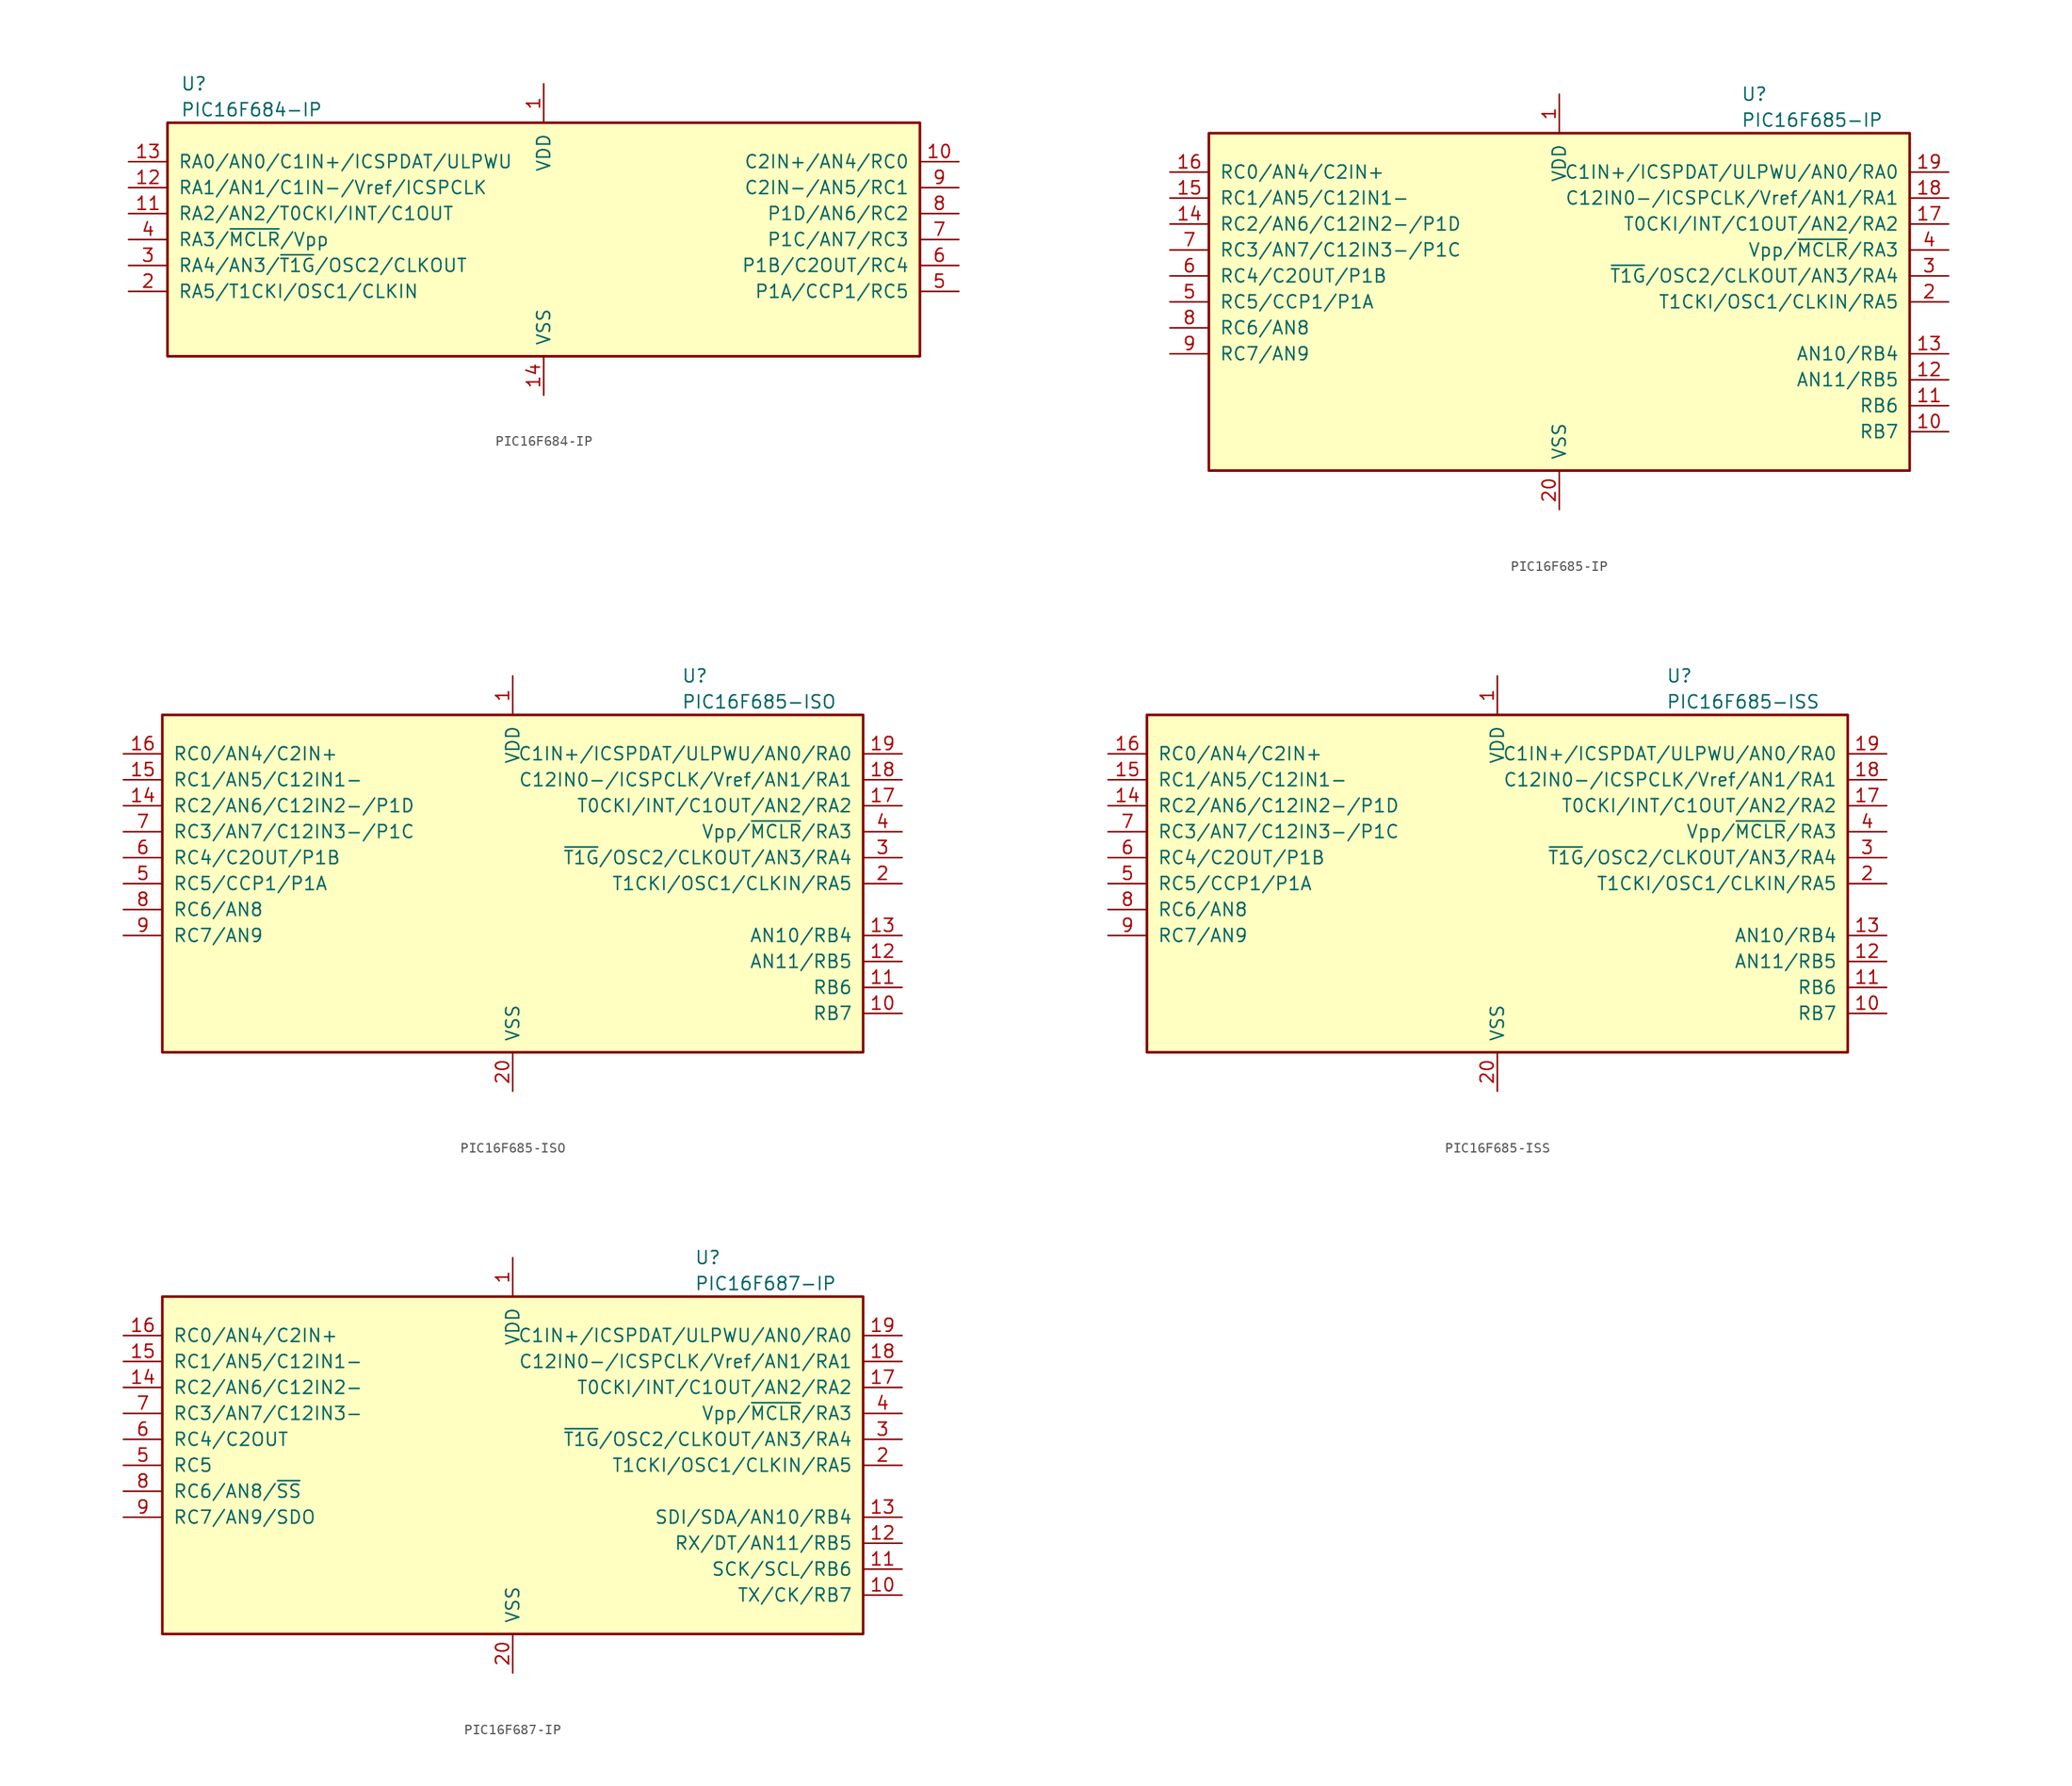
<source format=kicad_sym>
(kicad_symbol_lib
  (version 20241209)
  (generator "kicad_symbol_editor")
  (generator_version "9.0")
  (symbol "PIC16F684-IP"
    (pin_names
      (offset 1.016))
    (property "Reference" "U"
      (at -35.56 15.24 0)
      (effects (font (size 1.27 1.27)) (justify left)))
    (property "Value" "PIC16F684-IP"
      (at -35.56 12.7 0)
      (effects (font (size 1.27 1.27)) (justify left)))
    (symbol "PIC16F684-IP_0_1"
      (rectangle (start -36.83 11.43) (end 36.83 -11.43) (stroke (width 0.254) (type default)) (fill (type background))))
    (symbol "PIC16F684-IP_1_1"
      (pin bidirectional line (at -40.64 7.62 0) (length 3.81) (name "RA0/AN0/C1IN+/ICSPDAT/ULPWU" (effects (font (size 1.27 1.27)))) (number "13" (effects (font (size 1.27 1.27)))))
      (pin bidirectional line (at -40.64 5.08 0) (length 3.81) (name "RA1/AN1/C1IN-/Vref/ICSPCLK" (effects (font (size 1.27 1.27)))) (number "12" (effects (font (size 1.27 1.27)))))
      (pin bidirectional line (at -40.64 2.54 0) (length 3.81) (name "RA2/AN2/T0CKI/INT/C1OUT" (effects (font (size 1.27 1.27)))) (number "11" (effects (font (size 1.27 1.27)))))
      (pin input line (at -40.64 0 0) (length 3.81) (name "RA3/~{MCLR}/Vpp" (effects (font (size 1.27 1.27)))) (number "4" (effects (font (size 1.27 1.27)))))
      (pin bidirectional line (at -40.64 -2.54 0) (length 3.81) (name "RA4/AN3/~{T1G}/OSC2/CLKOUT" (effects (font (size 1.27 1.27)))) (number "3" (effects (font (size 1.27 1.27)))))
      (pin bidirectional line (at -40.64 -5.08 0) (length 3.81) (name "RA5/T1CKI/OSC1/CLKIN" (effects (font (size 1.27 1.27)))) (number "2" (effects (font (size 1.27 1.27)))))
      (pin power_in line (at 0 15.24 270) (length 3.81) (name "VDD" (effects (font (size 1.27 1.27)))) (number "1" (effects (font (size 1.27 1.27)))))
      (pin power_in line (at 0 -15.24 90) (length 3.81) (name "VSS" (effects (font (size 1.27 1.27)))) (number "14" (effects (font (size 1.27 1.27)))))
      (pin bidirectional line (at 40.64 7.62 180) (length 3.81) (name "C2IN+/AN4/RC0" (effects (font (size 1.27 1.27)))) (number "10" (effects (font (size 1.27 1.27)))))
      (pin bidirectional line (at 40.64 5.08 180) (length 3.81) (name "C2IN-/AN5/RC1" (effects (font (size 1.27 1.27)))) (number "9" (effects (font (size 1.27 1.27)))))
      (pin bidirectional line (at 40.64 2.54 180) (length 3.81) (name "P1D/AN6/RC2" (effects (font (size 1.27 1.27)))) (number "8" (effects (font (size 1.27 1.27)))))
      (pin bidirectional line (at 40.64 0 180) (length 3.81) (name "P1C/AN7/RC3" (effects (font (size 1.27 1.27)))) (number "7" (effects (font (size 1.27 1.27)))))
      (pin bidirectional line (at 40.64 -2.54 180) (length 3.81) (name "P1B/C2OUT/RC4" (effects (font (size 1.27 1.27)))) (number "6" (effects (font (size 1.27 1.27)))))
      (pin bidirectional line (at 40.64 -5.08 180) (length 3.81) (name "P1A/CCP1/RC5" (effects (font (size 1.27 1.27)))) (number "5" (effects (font (size 1.27 1.27)))))))
  (symbol "PIC16F685-IP"
    (pin_names
      (offset 1.016))
    (property "Reference" "U"
      (at 17.78 20.32 0)
      (effects (font (size 1.27 1.27)) (justify left)))
    (property "Value" "PIC16F685-IP"
      (at 17.78 17.78 0)
      (effects (font (size 1.27 1.27)) (justify left)))
    (symbol "PIC16F685-IP_0_1"
      (rectangle (start -34.29 16.51) (end 34.29 -16.51) (stroke (width 0.254) (type default)) (fill (type background))))
    (symbol "PIC16F685-IP_1_1"
      (pin bidirectional line (at -38.1 12.7 0) (length 3.81) (name "RC0/AN4/C2IN+" (effects (font (size 1.27 1.27)))) (number "16" (effects (font (size 1.27 1.27)))))
      (pin bidirectional line (at -38.1 10.16 0) (length 3.81) (name "RC1/AN5/C12IN1-" (effects (font (size 1.27 1.27)))) (number "15" (effects (font (size 1.27 1.27)))))
      (pin bidirectional line (at -38.1 7.62 0) (length 3.81) (name "RC2/AN6/C12IN2-/P1D" (effects (font (size 1.27 1.27)))) (number "14" (effects (font (size 1.27 1.27)))))
      (pin bidirectional line (at -38.1 5.08 0) (length 3.81) (name "RC3/AN7/C12IN3-/P1C" (effects (font (size 1.27 1.27)))) (number "7" (effects (font (size 1.27 1.27)))))
      (pin bidirectional line (at -38.1 2.54 0) (length 3.81) (name "RC4/C2OUT/P1B" (effects (font (size 1.27 1.27)))) (number "6" (effects (font (size 1.27 1.27)))))
      (pin bidirectional line (at -38.1 0 0) (length 3.81) (name "RC5/CCP1/P1A" (effects (font (size 1.27 1.27)))) (number "5" (effects (font (size 1.27 1.27)))))
      (pin bidirectional line (at -38.1 -2.54 0) (length 3.81) (name "RC6/AN8" (effects (font (size 1.27 1.27)))) (number "8" (effects (font (size 1.27 1.27)))))
      (pin bidirectional line (at -38.1 -5.08 0) (length 3.81) (name "RC7/AN9" (effects (font (size 1.27 1.27)))) (number "9" (effects (font (size 1.27 1.27)))))
      (pin power_in line (at 0 20.32 270) (length 3.81) (name "VDD" (effects (font (size 1.27 1.27)))) (number "1" (effects (font (size 1.27 1.27)))))
      (pin power_in line (at 0 -20.32 90) (length 3.81) (name "VSS" (effects (font (size 1.27 1.27)))) (number "20" (effects (font (size 1.27 1.27)))))
      (pin bidirectional line (at 38.1 12.7 180) (length 3.81) (name "C1IN+/ICSPDAT/ULPWU/AN0/RA0" (effects (font (size 1.27 1.27)))) (number "19" (effects (font (size 1.27 1.27)))))
      (pin bidirectional line (at 38.1 10.16 180) (length 3.81) (name "C12IN0-/ICSPCLK/Vref/AN1/RA1" (effects (font (size 1.27 1.27)))) (number "18" (effects (font (size 1.27 1.27)))))
      (pin bidirectional line (at 38.1 7.62 180) (length 3.81) (name "T0CKI/INT/C1OUT/AN2/RA2" (effects (font (size 1.27 1.27)))) (number "17" (effects (font (size 1.27 1.27)))))
      (pin input line (at 38.1 5.08 180) (length 3.81) (name "Vpp/~{MCLR}/RA3" (effects (font (size 1.27 1.27)))) (number "4" (effects (font (size 1.27 1.27)))))
      (pin bidirectional line (at 38.1 2.54 180) (length 3.81) (name "~{T1G}/OSC2/CLKOUT/AN3/RA4" (effects (font (size 1.27 1.27)))) (number "3" (effects (font (size 1.27 1.27)))))
      (pin bidirectional line (at 38.1 0 180) (length 3.81) (name "T1CKI/OSC1/CLKIN/RA5" (effects (font (size 1.27 1.27)))) (number "2" (effects (font (size 1.27 1.27)))))
      (pin bidirectional line (at 38.1 -5.08 180) (length 3.81) (name "AN10/RB4" (effects (font (size 1.27 1.27)))) (number "13" (effects (font (size 1.27 1.27)))))
      (pin bidirectional line (at 38.1 -7.62 180) (length 3.81) (name "AN11/RB5" (effects (font (size 1.27 1.27)))) (number "12" (effects (font (size 1.27 1.27)))))
      (pin bidirectional line (at 38.1 -10.16 180) (length 3.81) (name "RB6" (effects (font (size 1.27 1.27)))) (number "11" (effects (font (size 1.27 1.27)))))
      (pin bidirectional line (at 38.1 -12.7 180) (length 3.81) (name "RB7" (effects (font (size 1.27 1.27)))) (number "10" (effects (font (size 1.27 1.27)))))))
  (symbol "PIC16F685-ISO"
    (pin_names
      (offset 1.016))
    (property "Reference" "U"
      (at 16.51 20.32 0)
      (effects (font (size 1.27 1.27)) (justify left)))
    (property "Value" "PIC16F685-ISO"
      (at 16.51 17.78 0)
      (effects (font (size 1.27 1.27)) (justify left)))
    (symbol "PIC16F685-ISO_0_1"
      (rectangle (start -34.29 16.51) (end 34.29 -16.51) (stroke (width 0.254) (type default)) (fill (type background))))
    (symbol "PIC16F685-ISO_1_1"
      (pin bidirectional line (at -38.1 12.7 0) (length 3.81) (name "RC0/AN4/C2IN+" (effects (font (size 1.27 1.27)))) (number "16" (effects (font (size 1.27 1.27)))))
      (pin bidirectional line (at -38.1 10.16 0) (length 3.81) (name "RC1/AN5/C12IN1-" (effects (font (size 1.27 1.27)))) (number "15" (effects (font (size 1.27 1.27)))))
      (pin bidirectional line (at -38.1 7.62 0) (length 3.81) (name "RC2/AN6/C12IN2-/P1D" (effects (font (size 1.27 1.27)))) (number "14" (effects (font (size 1.27 1.27)))))
      (pin bidirectional line (at -38.1 5.08 0) (length 3.81) (name "RC3/AN7/C12IN3-/P1C" (effects (font (size 1.27 1.27)))) (number "7" (effects (font (size 1.27 1.27)))))
      (pin bidirectional line (at -38.1 2.54 0) (length 3.81) (name "RC4/C2OUT/P1B" (effects (font (size 1.27 1.27)))) (number "6" (effects (font (size 1.27 1.27)))))
      (pin bidirectional line (at -38.1 0 0) (length 3.81) (name "RC5/CCP1/P1A" (effects (font (size 1.27 1.27)))) (number "5" (effects (font (size 1.27 1.27)))))
      (pin bidirectional line (at -38.1 -2.54 0) (length 3.81) (name "RC6/AN8" (effects (font (size 1.27 1.27)))) (number "8" (effects (font (size 1.27 1.27)))))
      (pin bidirectional line (at -38.1 -5.08 0) (length 3.81) (name "RC7/AN9" (effects (font (size 1.27 1.27)))) (number "9" (effects (font (size 1.27 1.27)))))
      (pin power_in line (at 0 20.32 270) (length 3.81) (name "VDD" (effects (font (size 1.27 1.27)))) (number "1" (effects (font (size 1.27 1.27)))))
      (pin power_in line (at 0 -20.32 90) (length 3.81) (name "VSS" (effects (font (size 1.27 1.27)))) (number "20" (effects (font (size 1.27 1.27)))))
      (pin bidirectional line (at 38.1 12.7 180) (length 3.81) (name "C1IN+/ICSPDAT/ULPWU/AN0/RA0" (effects (font (size 1.27 1.27)))) (number "19" (effects (font (size 1.27 1.27)))))
      (pin bidirectional line (at 38.1 10.16 180) (length 3.81) (name "C12IN0-/ICSPCLK/Vref/AN1/RA1" (effects (font (size 1.27 1.27)))) (number "18" (effects (font (size 1.27 1.27)))))
      (pin bidirectional line (at 38.1 7.62 180) (length 3.81) (name "T0CKI/INT/C1OUT/AN2/RA2" (effects (font (size 1.27 1.27)))) (number "17" (effects (font (size 1.27 1.27)))))
      (pin input line (at 38.1 5.08 180) (length 3.81) (name "Vpp/~{MCLR}/RA3" (effects (font (size 1.27 1.27)))) (number "4" (effects (font (size 1.27 1.27)))))
      (pin bidirectional line (at 38.1 2.54 180) (length 3.81) (name "~{T1G}/OSC2/CLKOUT/AN3/RA4" (effects (font (size 1.27 1.27)))) (number "3" (effects (font (size 1.27 1.27)))))
      (pin bidirectional line (at 38.1 0 180) (length 3.81) (name "T1CKI/OSC1/CLKIN/RA5" (effects (font (size 1.27 1.27)))) (number "2" (effects (font (size 1.27 1.27)))))
      (pin bidirectional line (at 38.1 -5.08 180) (length 3.81) (name "AN10/RB4" (effects (font (size 1.27 1.27)))) (number "13" (effects (font (size 1.27 1.27)))))
      (pin bidirectional line (at 38.1 -7.62 180) (length 3.81) (name "AN11/RB5" (effects (font (size 1.27 1.27)))) (number "12" (effects (font (size 1.27 1.27)))))
      (pin bidirectional line (at 38.1 -10.16 180) (length 3.81) (name "RB6" (effects (font (size 1.27 1.27)))) (number "11" (effects (font (size 1.27 1.27)))))
      (pin bidirectional line (at 38.1 -12.7 180) (length 3.81) (name "RB7" (effects (font (size 1.27 1.27)))) (number "10" (effects (font (size 1.27 1.27)))))))
  (symbol "PIC16F685-ISS"
    (pin_names
      (offset 1.016))
    (property "Reference" "U"
      (at 16.51 20.32 0)
      (effects (font (size 1.27 1.27)) (justify left)))
    (property "Value" "PIC16F685-ISS"
      (at 16.51 17.78 0)
      (effects (font (size 1.27 1.27)) (justify left)))
    (symbol "PIC16F685-ISS_0_1"
      (rectangle (start -34.29 16.51) (end 34.29 -16.51) (stroke (width 0.254) (type default)) (fill (type background))))
    (symbol "PIC16F685-ISS_1_1"
      (pin bidirectional line (at -38.1 12.7 0) (length 3.81) (name "RC0/AN4/C2IN+" (effects (font (size 1.27 1.27)))) (number "16" (effects (font (size 1.27 1.27)))))
      (pin bidirectional line (at -38.1 10.16 0) (length 3.81) (name "RC1/AN5/C12IN1-" (effects (font (size 1.27 1.27)))) (number "15" (effects (font (size 1.27 1.27)))))
      (pin bidirectional line (at -38.1 7.62 0) (length 3.81) (name "RC2/AN6/C12IN2-/P1D" (effects (font (size 1.27 1.27)))) (number "14" (effects (font (size 1.27 1.27)))))
      (pin bidirectional line (at -38.1 5.08 0) (length 3.81) (name "RC3/AN7/C12IN3-/P1C" (effects (font (size 1.27 1.27)))) (number "7" (effects (font (size 1.27 1.27)))))
      (pin bidirectional line (at -38.1 2.54 0) (length 3.81) (name "RC4/C2OUT/P1B" (effects (font (size 1.27 1.27)))) (number "6" (effects (font (size 1.27 1.27)))))
      (pin bidirectional line (at -38.1 0 0) (length 3.81) (name "RC5/CCP1/P1A" (effects (font (size 1.27 1.27)))) (number "5" (effects (font (size 1.27 1.27)))))
      (pin bidirectional line (at -38.1 -2.54 0) (length 3.81) (name "RC6/AN8" (effects (font (size 1.27 1.27)))) (number "8" (effects (font (size 1.27 1.27)))))
      (pin bidirectional line (at -38.1 -5.08 0) (length 3.81) (name "RC7/AN9" (effects (font (size 1.27 1.27)))) (number "9" (effects (font (size 1.27 1.27)))))
      (pin power_in line (at 0 20.32 270) (length 3.81) (name "VDD" (effects (font (size 1.27 1.27)))) (number "1" (effects (font (size 1.27 1.27)))))
      (pin power_in line (at 0 -20.32 90) (length 3.81) (name "VSS" (effects (font (size 1.27 1.27)))) (number "20" (effects (font (size 1.27 1.27)))))
      (pin bidirectional line (at 38.1 12.7 180) (length 3.81) (name "C1IN+/ICSPDAT/ULPWU/AN0/RA0" (effects (font (size 1.27 1.27)))) (number "19" (effects (font (size 1.27 1.27)))))
      (pin bidirectional line (at 38.1 10.16 180) (length 3.81) (name "C12IN0-/ICSPCLK/Vref/AN1/RA1" (effects (font (size 1.27 1.27)))) (number "18" (effects (font (size 1.27 1.27)))))
      (pin bidirectional line (at 38.1 7.62 180) (length 3.81) (name "T0CKI/INT/C1OUT/AN2/RA2" (effects (font (size 1.27 1.27)))) (number "17" (effects (font (size 1.27 1.27)))))
      (pin input line (at 38.1 5.08 180) (length 3.81) (name "Vpp/~{MCLR}/RA3" (effects (font (size 1.27 1.27)))) (number "4" (effects (font (size 1.27 1.27)))))
      (pin bidirectional line (at 38.1 2.54 180) (length 3.81) (name "~{T1G}/OSC2/CLKOUT/AN3/RA4" (effects (font (size 1.27 1.27)))) (number "3" (effects (font (size 1.27 1.27)))))
      (pin bidirectional line (at 38.1 0 180) (length 3.81) (name "T1CKI/OSC1/CLKIN/RA5" (effects (font (size 1.27 1.27)))) (number "2" (effects (font (size 1.27 1.27)))))
      (pin bidirectional line (at 38.1 -5.08 180) (length 3.81) (name "AN10/RB4" (effects (font (size 1.27 1.27)))) (number "13" (effects (font (size 1.27 1.27)))))
      (pin bidirectional line (at 38.1 -7.62 180) (length 3.81) (name "AN11/RB5" (effects (font (size 1.27 1.27)))) (number "12" (effects (font (size 1.27 1.27)))))
      (pin bidirectional line (at 38.1 -10.16 180) (length 3.81) (name "RB6" (effects (font (size 1.27 1.27)))) (number "11" (effects (font (size 1.27 1.27)))))
      (pin bidirectional line (at 38.1 -12.7 180) (length 3.81) (name "RB7" (effects (font (size 1.27 1.27)))) (number "10" (effects (font (size 1.27 1.27)))))))
  (symbol "PIC16F687-IP"
    (pin_names
      (offset 1.016))
    (property "Reference" "U"
      (at 17.78 20.32 0)
      (effects (font (size 1.27 1.27)) (justify left)))
    (property "Value" "PIC16F687-IP"
      (at 17.78 17.78 0)
      (effects (font (size 1.27 1.27)) (justify left)))
    (symbol "PIC16F687-IP_0_1"
      (rectangle (start -34.29 16.51) (end 34.29 -16.51) (stroke (width 0.254) (type default)) (fill (type background))))
    (symbol "PIC16F687-IP_1_1"
      (pin bidirectional line (at -38.1 12.7 0) (length 3.81) (name "RC0/AN4/C2IN+" (effects (font (size 1.27 1.27)))) (number "16" (effects (font (size 1.27 1.27)))))
      (pin bidirectional line (at -38.1 10.16 0) (length 3.81) (name "RC1/AN5/C12IN1-" (effects (font (size 1.27 1.27)))) (number "15" (effects (font (size 1.27 1.27)))))
      (pin bidirectional line (at -38.1 7.62 0) (length 3.81) (name "RC2/AN6/C12IN2-" (effects (font (size 1.27 1.27)))) (number "14" (effects (font (size 1.27 1.27)))))
      (pin bidirectional line (at -38.1 5.08 0) (length 3.81) (name "RC3/AN7/C12IN3-" (effects (font (size 1.27 1.27)))) (number "7" (effects (font (size 1.27 1.27)))))
      (pin bidirectional line (at -38.1 2.54 0) (length 3.81) (name "RC4/C2OUT" (effects (font (size 1.27 1.27)))) (number "6" (effects (font (size 1.27 1.27)))))
      (pin bidirectional line (at -38.1 0 0) (length 3.81) (name "RC5" (effects (font (size 1.27 1.27)))) (number "5" (effects (font (size 1.27 1.27)))))
      (pin bidirectional line (at -38.1 -2.54 0) (length 3.81) (name "RC6/AN8/~{SS}" (effects (font (size 1.27 1.27)))) (number "8" (effects (font (size 1.27 1.27)))))
      (pin bidirectional line (at -38.1 -5.08 0) (length 3.81) (name "RC7/AN9/SDO" (effects (font (size 1.27 1.27)))) (number "9" (effects (font (size 1.27 1.27)))))
      (pin power_in line (at 0 20.32 270) (length 3.81) (name "VDD" (effects (font (size 1.27 1.27)))) (number "1" (effects (font (size 1.27 1.27)))))
      (pin power_in line (at 0 -20.32 90) (length 3.81) (name "VSS" (effects (font (size 1.27 1.27)))) (number "20" (effects (font (size 1.27 1.27)))))
      (pin bidirectional line (at 38.1 12.7 180) (length 3.81) (name "C1IN+/ICSPDAT/ULPWU/AN0/RA0" (effects (font (size 1.27 1.27)))) (number "19" (effects (font (size 1.27 1.27)))))
      (pin bidirectional line (at 38.1 10.16 180) (length 3.81) (name "C12IN0-/ICSPCLK/Vref/AN1/RA1" (effects (font (size 1.27 1.27)))) (number "18" (effects (font (size 1.27 1.27)))))
      (pin bidirectional line (at 38.1 7.62 180) (length 3.81) (name "T0CKI/INT/C1OUT/AN2/RA2" (effects (font (size 1.27 1.27)))) (number "17" (effects (font (size 1.27 1.27)))))
      (pin input line (at 38.1 5.08 180) (length 3.81) (name "Vpp/~{MCLR}/RA3" (effects (font (size 1.27 1.27)))) (number "4" (effects (font (size 1.27 1.27)))))
      (pin bidirectional line (at 38.1 2.54 180) (length 3.81) (name "~{T1G}/OSC2/CLKOUT/AN3/RA4" (effects (font (size 1.27 1.27)))) (number "3" (effects (font (size 1.27 1.27)))))
      (pin bidirectional line (at 38.1 0 180) (length 3.81) (name "T1CKI/OSC1/CLKIN/RA5" (effects (font (size 1.27 1.27)))) (number "2" (effects (font (size 1.27 1.27)))))
      (pin bidirectional line (at 38.1 -5.08 180) (length 3.81) (name "SDI/SDA/AN10/RB4" (effects (font (size 1.27 1.27)))) (number "13" (effects (font (size 1.27 1.27)))))
      (pin bidirectional line (at 38.1 -7.62 180) (length 3.81) (name "RX/DT/AN11/RB5" (effects (font (size 1.27 1.27)))) (number "12" (effects (font (size 1.27 1.27)))))
      (pin bidirectional line (at 38.1 -10.16 180) (length 3.81) (name "SCK/SCL/RB6" (effects (font (size 1.27 1.27)))) (number "11" (effects (font (size 1.27 1.27)))))
      (pin bidirectional line (at 38.1 -12.7 180) (length 3.81) (name "TX/CK/RB7" (effects (font (size 1.27 1.27)))) (number "10" (effects (font (size 1.27 1.27))))))))
</source>
